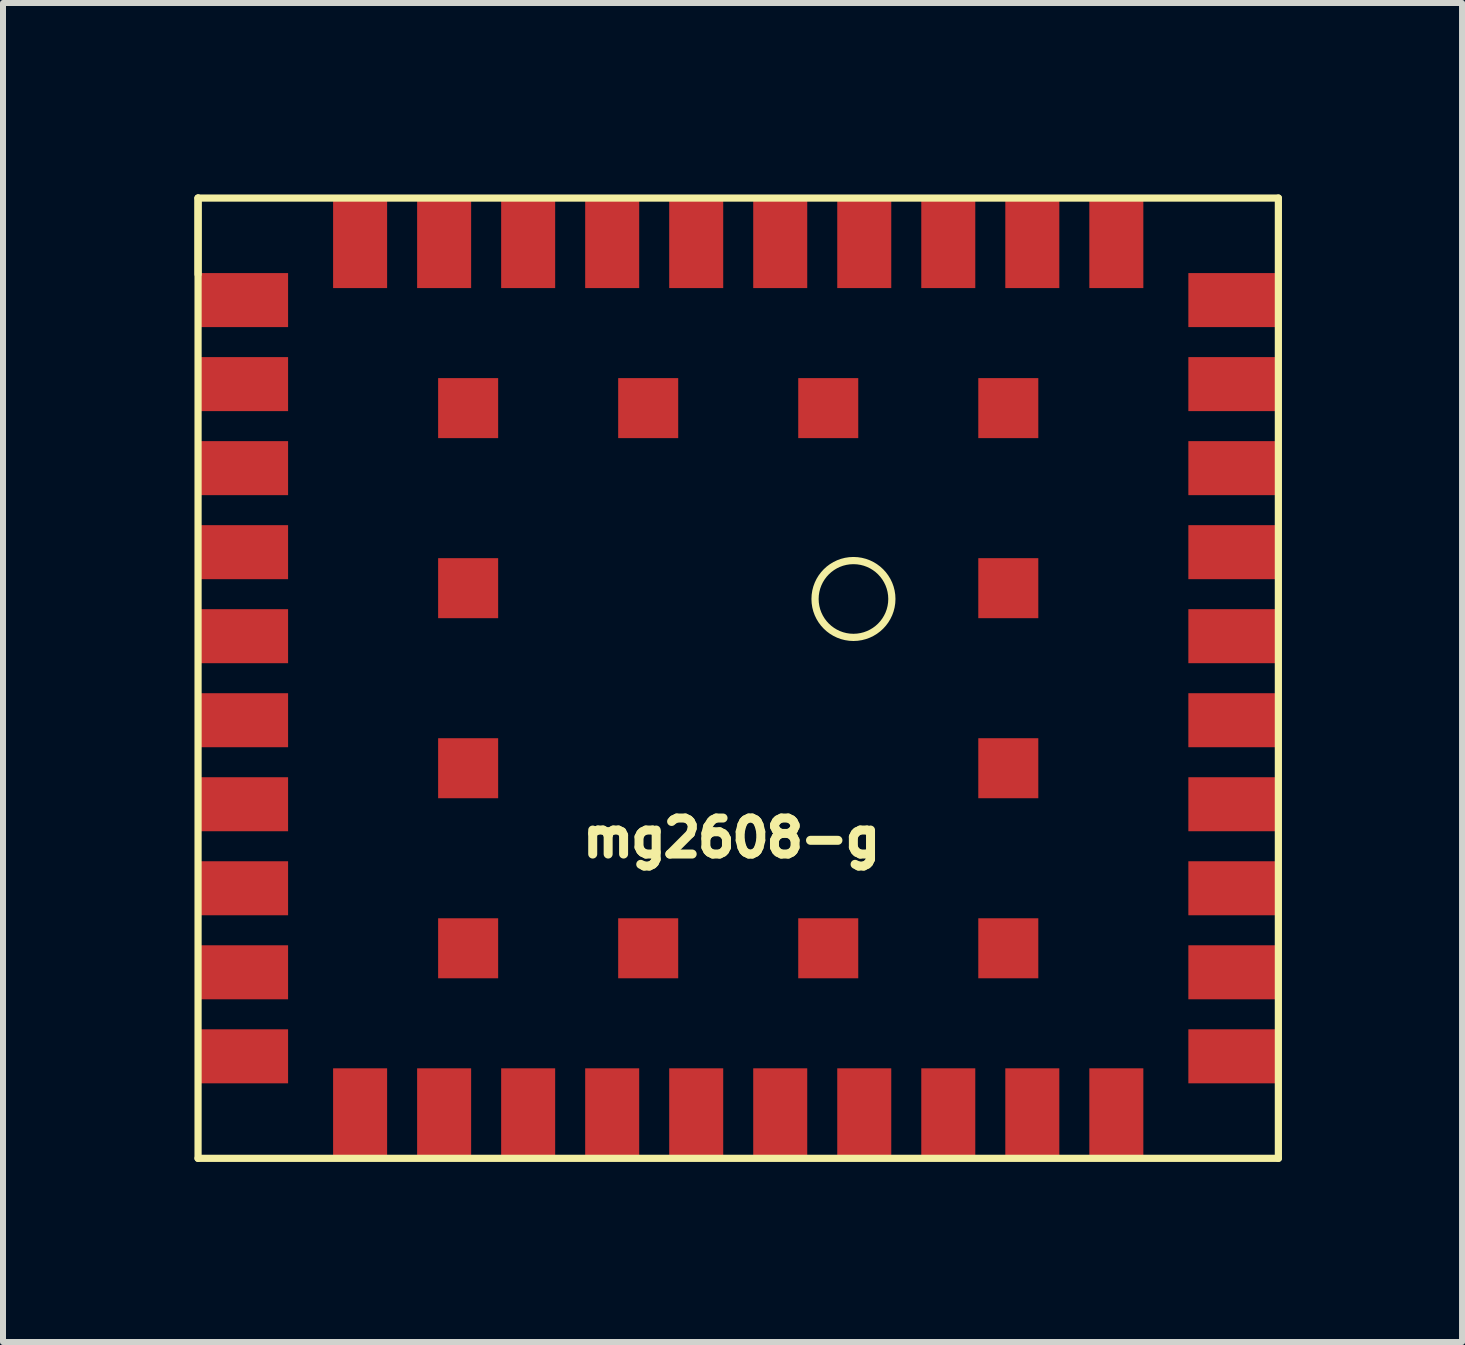
<source format=kicad_pcb>
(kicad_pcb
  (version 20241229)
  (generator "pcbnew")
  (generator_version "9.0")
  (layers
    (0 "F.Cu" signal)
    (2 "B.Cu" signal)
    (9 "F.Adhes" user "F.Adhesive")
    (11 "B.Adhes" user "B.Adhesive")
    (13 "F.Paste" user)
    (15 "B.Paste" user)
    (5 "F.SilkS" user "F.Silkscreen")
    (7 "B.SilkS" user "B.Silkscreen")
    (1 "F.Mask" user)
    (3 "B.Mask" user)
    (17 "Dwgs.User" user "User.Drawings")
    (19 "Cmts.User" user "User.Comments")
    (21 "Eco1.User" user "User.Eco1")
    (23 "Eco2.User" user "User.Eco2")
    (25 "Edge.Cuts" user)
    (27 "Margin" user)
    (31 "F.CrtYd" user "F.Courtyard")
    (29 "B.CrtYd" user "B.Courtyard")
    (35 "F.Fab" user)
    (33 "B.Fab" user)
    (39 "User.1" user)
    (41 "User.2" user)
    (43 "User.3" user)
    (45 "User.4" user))
  (footprint "mg2608-g"
    (layer "F.Cu")
    (at 0.25 0.25)
    (property "Reference" "mg2608-g" (at 8.89 10.66 0) (layer "F.SilkS") (effects (font (size 0.6 0.6) (thickness 0.15))))
    (attr through_hole)
    (fp_line (start 0 0) (end 0 1.27) (stroke (width 0.12) (type solid)) (layer "F.SilkS"))
    (fp_line (start 0 0) (end 18 0) (stroke (width 0.12) (type solid)) (layer "F.SilkS"))
    (fp_line (start 0 16) (end 0 0) (stroke (width 0.12) (type solid)) (layer "F.SilkS"))
    (fp_line (start 0 16) (end 18 16) (stroke (width 0.12) (type solid)) (layer "F.SilkS"))
    (fp_line (start 18 0) (end 18 16) (stroke (width 0.12) (type solid)) (layer "F.SilkS"))
    (fp_circle (center 10.92 6.68) (end 11.56 6.68) (stroke (width 0.12) (type solid)) (fill no) (layer "F.SilkS"))
    (pad "1" smd rect (at 0.75 1.7) (size 1.5 0.9) (layers "F.Cu" "F.Mask" "F.Paste"))
    (pad "2" smd rect (at 0.75 3.1) (size 1.5 0.9) (layers "F.Cu" "F.Mask" "F.Paste"))
    (pad "3" smd rect (at 0.75 4.5) (size 1.5 0.9) (layers "F.Cu" "F.Mask" "F.Paste"))
    (pad "4" smd rect (at 0.75 5.9) (size 1.5 0.9) (layers "F.Cu" "F.Mask" "F.Paste"))
    (pad "5" smd rect (at 0.75 7.3) (size 1.5 0.9) (layers "F.Cu" "F.Mask" "F.Paste"))
    (pad "6" smd rect (at 0.75 8.7) (size 1.5 0.9) (layers "F.Cu" "F.Mask" "F.Paste"))
    (pad "7" smd rect (at 0.75 10.1) (size 1.5 0.9) (layers "F.Cu" "F.Mask" "F.Paste"))
    (pad "8" smd rect (at 0.75 11.5) (size 1.5 0.9) (layers "F.Cu" "F.Mask" "F.Paste"))
    (pad "9" smd rect (at 0.75 12.9) (size 1.5 0.9) (layers "F.Cu" "F.Mask" "F.Paste"))
    (pad "10" smd rect (at 0.75 14.3) (size 1.5 0.9) (layers "F.Cu" "F.Mask" "F.Paste"))
    (pad "11" smd rect (at 2.7 15.25) (size 0.9 1.5) (layers "F.Cu" "F.Mask" "F.Paste"))
    (pad "12" smd rect (at 4.1 15.25) (size 0.9 1.5) (layers "F.Cu" "F.Mask" "F.Paste"))
    (pad "13" smd rect (at 5.5 15.25) (size 0.9 1.5) (layers "F.Cu" "F.Mask" "F.Paste"))
    (pad "14" smd rect (at 6.9 15.25) (size 0.9 1.5) (layers "F.Cu" "F.Mask" "F.Paste"))
    (pad "15" smd rect (at 8.3 15.25) (size 0.9 1.5) (layers "F.Cu" "F.Mask" "F.Paste"))
    (pad "16" smd rect (at 9.7 15.25) (size 0.9 1.5) (layers "F.Cu" "F.Mask" "F.Paste"))
    (pad "17" smd rect (at 11.1 15.25) (size 0.9 1.5) (layers "F.Cu" "F.Mask" "F.Paste"))
    (pad "18" smd rect (at 12.5 15.25) (size 0.9 1.5) (layers "F.Cu" "F.Mask" "F.Paste"))
    (pad "19" smd rect (at 13.9 15.25) (size 0.9 1.5) (layers "F.Cu" "F.Mask" "F.Paste"))
    (pad "20" smd rect (at 15.3 15.25) (size 0.9 1.5) (layers "F.Cu" "F.Mask" "F.Paste"))
    (pad "21" smd rect (at 17.25 14.3) (size 1.5 0.9) (layers "F.Cu" "F.Mask" "F.Paste"))
    (pad "22" smd rect (at 17.25 12.9) (size 1.5 0.9) (layers "F.Cu" "F.Mask" "F.Paste"))
    (pad "23" smd rect (at 17.25 11.5) (size 1.5 0.9) (layers "F.Cu" "F.Mask" "F.Paste"))
    (pad "24" smd rect (at 17.25 10.1) (size 1.5 0.9) (layers "F.Cu" "F.Mask" "F.Paste"))
    (pad "25" smd rect (at 17.25 8.7) (size 1.5 0.9) (layers "F.Cu" "F.Mask" "F.Paste"))
    (pad "26" smd rect (at 17.25 7.3) (size 1.5 0.9) (layers "F.Cu" "F.Mask" "F.Paste"))
    (pad "27" smd rect (at 17.25 5.9) (size 1.5 0.9) (layers "F.Cu" "F.Mask" "F.Paste"))
    (pad "28" smd rect (at 17.25 4.5) (size 1.5 0.9) (layers "F.Cu" "F.Mask" "F.Paste"))
    (pad "29" smd rect (at 17.25 3.1) (size 1.5 0.9) (layers "F.Cu" "F.Mask" "F.Paste"))
    (pad "30" smd rect (at 17.25 1.7) (size 1.5 0.9) (layers "F.Cu" "F.Mask" "F.Paste"))
    (pad "31" smd rect (at 15.3 0.75) (size 0.9 1.5) (layers "F.Cu" "F.Mask" "F.Paste"))
    (pad "32" smd rect (at 13.9 0.75) (size 0.9 1.5) (layers "F.Cu" "F.Mask" "F.Paste"))
    (pad "33" smd rect (at 12.5 0.75) (size 0.9 1.5) (layers "F.Cu" "F.Mask" "F.Paste"))
    (pad "34" smd rect (at 11.1 0.75) (size 0.9 1.5) (layers "F.Cu" "F.Mask" "F.Paste"))
    (pad "35" smd rect (at 9.7 0.75) (size 0.9 1.5) (layers "F.Cu" "F.Mask" "F.Paste"))
    (pad "36" smd rect (at 8.3 0.75) (size 0.9 1.5) (layers "F.Cu" "F.Mask" "F.Paste"))
    (pad "37" smd rect (at 6.9 0.75) (size 0.9 1.5) (layers "F.Cu" "F.Mask" "F.Paste"))
    (pad "38" smd rect (at 5.5 0.75) (size 0.9 1.5) (layers "F.Cu" "F.Mask" "F.Paste"))
    (pad "39" smd rect (at 4.1 0.75) (size 0.9 1.5) (layers "F.Cu" "F.Mask" "F.Paste"))
    (pad "40" smd rect (at 2.7 0.75) (size 0.9 1.5) (layers "F.Cu" "F.Mask" "F.Paste"))
    (pad "41" smd rect (at 4.5 3.5) (size 1 1) (layers "F.Cu" "F.Mask" "F.Paste"))
    (pad "42" smd rect (at 4.5 6.5) (size 1 1) (layers "F.Cu" "F.Mask" "F.Paste"))
    (pad "43" smd rect (at 4.5 9.5) (size 1 1) (layers "F.Cu" "F.Mask" "F.Paste"))
    (pad "44" smd rect (at 4.5 12.5) (size 1 1) (layers "F.Cu" "F.Mask" "F.Paste"))
    (pad "45" smd rect (at 7.5 12.5) (size 1 1) (layers "F.Cu" "F.Mask" "F.Paste"))
    (pad "46" smd rect (at 10.5 12.5) (size 1 1) (layers "F.Cu" "F.Mask" "F.Paste"))
    (pad "47" smd rect (at 13.5 12.5) (size 1 1) (layers "F.Cu" "F.Mask" "F.Paste"))
    (pad "48" smd rect (at 13.5 9.5) (size 1 1) (layers "F.Cu" "F.Mask" "F.Paste"))
    (pad "49" smd rect (at 13.5 6.5) (size 1 1) (layers "F.Cu" "F.Mask" "F.Paste"))
    (pad "50" smd rect (at 13.5 3.5) (size 1 1) (layers "F.Cu" "F.Mask" "F.Paste"))
    (pad "51" smd rect (at 10.5 3.5) (size 1 1) (layers "F.Cu" "F.Mask" "F.Paste"))
    (pad "52" smd rect (at 7.5 3.5) (size 1 1) (layers "F.Cu" "F.Mask" "F.Paste")))
  (gr_rect
    (start -3 -3)
    (end 21.31 19.31)
    (stroke (width 0.1) (type default))
    (fill no)
    (layer "Edge.Cuts")))
</source>
